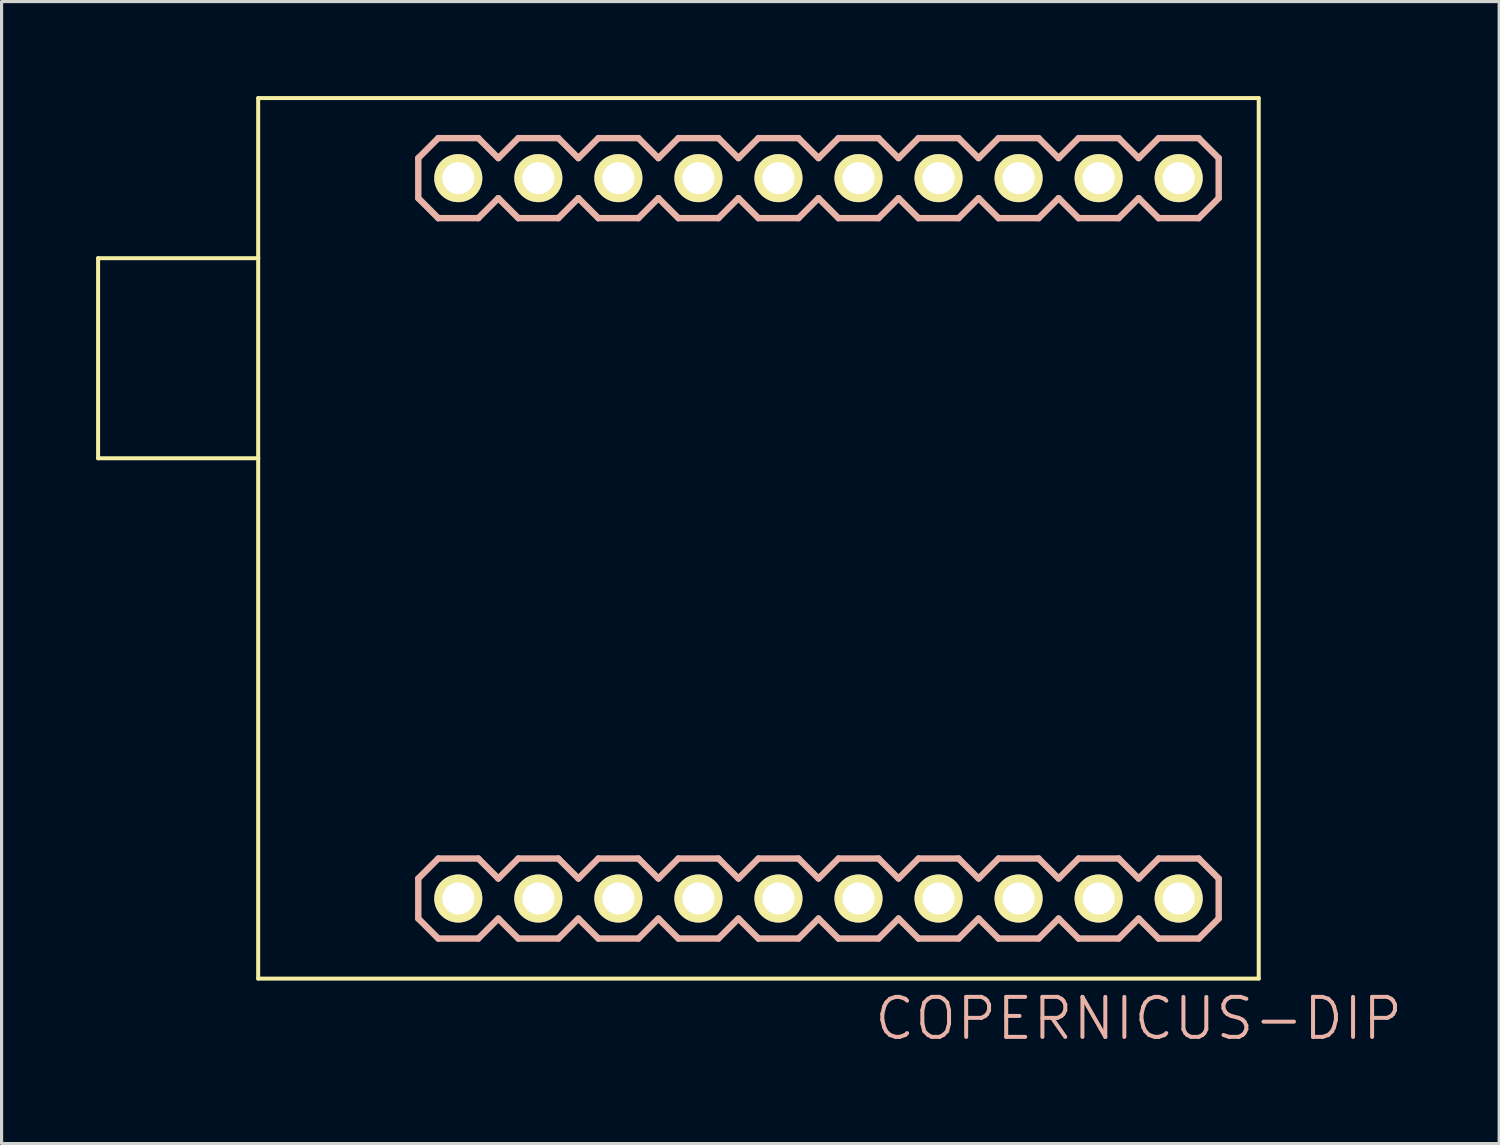
<source format=kicad_pcb>
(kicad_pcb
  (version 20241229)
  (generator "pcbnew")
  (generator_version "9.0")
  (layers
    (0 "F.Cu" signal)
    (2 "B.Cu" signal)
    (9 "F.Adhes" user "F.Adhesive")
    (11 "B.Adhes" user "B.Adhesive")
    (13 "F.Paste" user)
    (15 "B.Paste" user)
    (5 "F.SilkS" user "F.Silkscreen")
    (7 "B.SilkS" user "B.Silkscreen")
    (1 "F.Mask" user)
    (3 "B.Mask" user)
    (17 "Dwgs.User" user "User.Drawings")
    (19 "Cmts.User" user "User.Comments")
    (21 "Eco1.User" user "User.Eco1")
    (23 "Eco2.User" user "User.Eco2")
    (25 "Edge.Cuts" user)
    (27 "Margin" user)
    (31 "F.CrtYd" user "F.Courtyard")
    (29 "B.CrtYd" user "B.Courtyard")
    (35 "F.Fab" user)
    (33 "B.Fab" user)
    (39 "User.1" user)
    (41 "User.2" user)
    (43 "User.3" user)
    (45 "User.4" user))
  (footprint "COPERNICUS-DIP"
    (layer "F.Cu")
    (at 11.493 25.463)
    (property "Reference" "COPERNICUS-DIP" (at 21.59 3.81 0) (layer "B.SilkS") (effects (font (size 1.27 1.27) (thickness 0.127))))
    (attr exclude_from_pos_files exclude_from_bom)
    (fp_line (start -11.43 -20.32) (end -11.43 -13.97) (stroke (width 0.127) (type solid)) (layer "F.SilkS"))
    (fp_line (start -11.43 -13.97) (end -6.35 -13.97) (stroke (width 0.127) (type solid)) (layer "F.SilkS"))
    (fp_line (start -6.35 -25.4) (end -6.35 -20.32) (stroke (width 0.127) (type solid)) (layer "F.SilkS"))
    (fp_line (start -6.35 -20.32) (end -11.43 -20.32) (stroke (width 0.127) (type solid)) (layer "F.SilkS"))
    (fp_line (start -6.35 -20.32) (end -6.35 -13.97) (stroke (width 0.127) (type solid)) (layer "F.SilkS"))
    (fp_line (start -6.35 -13.97) (end -6.35 2.54) (stroke (width 0.127) (type solid)) (layer "F.SilkS"))
    (fp_line (start -6.35 2.54) (end 25.4 2.54) (stroke (width 0.127) (type solid)) (layer "F.SilkS"))
    (fp_line (start -0.254 -23.114) (end 0.254 -23.114) (stroke (width 0.066) (type solid)) (layer "F.SilkS"))
    (fp_line (start -0.254 -22.606) (end -0.254 -23.114) (stroke (width 0.066) (type solid)) (layer "F.SilkS"))
    (fp_line (start -0.254 -22.606) (end 0.254 -22.606) (stroke (width 0.066) (type solid)) (layer "F.SilkS"))
    (fp_line (start -0.254 -0.254) (end 0.254 -0.254) (stroke (width 0.066) (type solid)) (layer "F.SilkS"))
    (fp_line (start -0.254 0.254) (end -0.254 -0.254) (stroke (width 0.066) (type solid)) (layer "F.SilkS"))
    (fp_line (start -0.254 0.254) (end 0.254 0.254) (stroke (width 0.066) (type solid)) (layer "F.SilkS"))
    (fp_line (start 0.254 -22.606) (end 0.254 -23.114) (stroke (width 0.066) (type solid)) (layer "F.SilkS"))
    (fp_line (start 0.254 0.254) (end 0.254 -0.254) (stroke (width 0.066) (type solid)) (layer "F.SilkS"))
    (fp_line (start 2.286 -23.114) (end 2.794 -23.114) (stroke (width 0.066) (type solid)) (layer "F.SilkS"))
    (fp_line (start 2.286 -22.606) (end 2.286 -23.114) (stroke (width 0.066) (type solid)) (layer "F.SilkS"))
    (fp_line (start 2.286 -22.606) (end 2.794 -22.606) (stroke (width 0.066) (type solid)) (layer "F.SilkS"))
    (fp_line (start 2.286 -0.254) (end 2.794 -0.254) (stroke (width 0.066) (type solid)) (layer "F.SilkS"))
    (fp_line (start 2.286 0.254) (end 2.286 -0.254) (stroke (width 0.066) (type solid)) (layer "F.SilkS"))
    (fp_line (start 2.286 0.254) (end 2.794 0.254) (stroke (width 0.066) (type solid)) (layer "F.SilkS"))
    (fp_line (start 2.794 -22.606) (end 2.794 -23.114) (stroke (width 0.066) (type solid)) (layer "F.SilkS"))
    (fp_line (start 2.794 0.254) (end 2.794 -0.254) (stroke (width 0.066) (type solid)) (layer "F.SilkS"))
    (fp_line (start 4.826 -23.114) (end 5.334 -23.114) (stroke (width 0.066) (type solid)) (layer "F.SilkS"))
    (fp_line (start 4.826 -22.606) (end 4.826 -23.114) (stroke (width 0.066) (type solid)) (layer "F.SilkS"))
    (fp_line (start 4.826 -22.606) (end 5.334 -22.606) (stroke (width 0.066) (type solid)) (layer "F.SilkS"))
    (fp_line (start 4.826 -0.254) (end 5.334 -0.254) (stroke (width 0.066) (type solid)) (layer "F.SilkS"))
    (fp_line (start 4.826 0.254) (end 4.826 -0.254) (stroke (width 0.066) (type solid)) (layer "F.SilkS"))
    (fp_line (start 4.826 0.254) (end 5.334 0.254) (stroke (width 0.066) (type solid)) (layer "F.SilkS"))
    (fp_line (start 5.334 -22.606) (end 5.334 -23.114) (stroke (width 0.066) (type solid)) (layer "F.SilkS"))
    (fp_line (start 5.334 0.254) (end 5.334 -0.254) (stroke (width 0.066) (type solid)) (layer "F.SilkS"))
    (fp_line (start 7.366 -23.114) (end 7.874 -23.114) (stroke (width 0.066) (type solid)) (layer "F.SilkS"))
    (fp_line (start 7.366 -22.606) (end 7.366 -23.114) (stroke (width 0.066) (type solid)) (layer "F.SilkS"))
    (fp_line (start 7.366 -22.606) (end 7.874 -22.606) (stroke (width 0.066) (type solid)) (layer "F.SilkS"))
    (fp_line (start 7.366 -0.254) (end 7.874 -0.254) (stroke (width 0.066) (type solid)) (layer "F.SilkS"))
    (fp_line (start 7.366 0.254) (end 7.366 -0.254) (stroke (width 0.066) (type solid)) (layer "F.SilkS"))
    (fp_line (start 7.366 0.254) (end 7.874 0.254) (stroke (width 0.066) (type solid)) (layer "F.SilkS"))
    (fp_line (start 7.874 -22.606) (end 7.874 -23.114) (stroke (width 0.066) (type solid)) (layer "F.SilkS"))
    (fp_line (start 7.874 0.254) (end 7.874 -0.254) (stroke (width 0.066) (type solid)) (layer "F.SilkS"))
    (fp_line (start 9.906 -23.114) (end 10.414 -23.114) (stroke (width 0.066) (type solid)) (layer "F.SilkS"))
    (fp_line (start 9.906 -22.606) (end 9.906 -23.114) (stroke (width 0.066) (type solid)) (layer "F.SilkS"))
    (fp_line (start 9.906 -22.606) (end 10.414 -22.606) (stroke (width 0.066) (type solid)) (layer "F.SilkS"))
    (fp_line (start 9.906 -0.254) (end 10.414 -0.254) (stroke (width 0.066) (type solid)) (layer "F.SilkS"))
    (fp_line (start 9.906 0.254) (end 9.906 -0.254) (stroke (width 0.066) (type solid)) (layer "F.SilkS"))
    (fp_line (start 9.906 0.254) (end 10.414 0.254) (stroke (width 0.066) (type solid)) (layer "F.SilkS"))
    (fp_line (start 10.414 -22.606) (end 10.414 -23.114) (stroke (width 0.066) (type solid)) (layer "F.SilkS"))
    (fp_line (start 10.414 0.254) (end 10.414 -0.254) (stroke (width 0.066) (type solid)) (layer "F.SilkS"))
    (fp_line (start 12.446 -23.114) (end 12.954 -23.114) (stroke (width 0.066) (type solid)) (layer "F.SilkS"))
    (fp_line (start 12.446 -22.606) (end 12.446 -23.114) (stroke (width 0.066) (type solid)) (layer "F.SilkS"))
    (fp_line (start 12.446 -22.606) (end 12.954 -22.606) (stroke (width 0.066) (type solid)) (layer "F.SilkS"))
    (fp_line (start 12.446 -0.254) (end 12.954 -0.254) (stroke (width 0.066) (type solid)) (layer "F.SilkS"))
    (fp_line (start 12.446 0.254) (end 12.446 -0.254) (stroke (width 0.066) (type solid)) (layer "F.SilkS"))
    (fp_line (start 12.446 0.254) (end 12.954 0.254) (stroke (width 0.066) (type solid)) (layer "F.SilkS"))
    (fp_line (start 12.954 -22.606) (end 12.954 -23.114) (stroke (width 0.066) (type solid)) (layer "F.SilkS"))
    (fp_line (start 12.954 0.254) (end 12.954 -0.254) (stroke (width 0.066) (type solid)) (layer "F.SilkS"))
    (fp_line (start 14.986 -23.114) (end 15.494 -23.114) (stroke (width 0.066) (type solid)) (layer "F.SilkS"))
    (fp_line (start 14.986 -22.606) (end 14.986 -23.114) (stroke (width 0.066) (type solid)) (layer "F.SilkS"))
    (fp_line (start 14.986 -22.606) (end 15.494 -22.606) (stroke (width 0.066) (type solid)) (layer "F.SilkS"))
    (fp_line (start 14.986 -0.254) (end 15.494 -0.254) (stroke (width 0.066) (type solid)) (layer "F.SilkS"))
    (fp_line (start 14.986 0.254) (end 14.986 -0.254) (stroke (width 0.066) (type solid)) (layer "F.SilkS"))
    (fp_line (start 14.986 0.254) (end 15.494 0.254) (stroke (width 0.066) (type solid)) (layer "F.SilkS"))
    (fp_line (start 15.494 -22.606) (end 15.494 -23.114) (stroke (width 0.066) (type solid)) (layer "F.SilkS"))
    (fp_line (start 15.494 0.254) (end 15.494 -0.254) (stroke (width 0.066) (type solid)) (layer "F.SilkS"))
    (fp_line (start 17.523 -23.114) (end 18.034 -23.114) (stroke (width 0.066) (type solid)) (layer "F.SilkS"))
    (fp_line (start 17.523 -22.606) (end 17.523 -23.114) (stroke (width 0.066) (type solid)) (layer "F.SilkS"))
    (fp_line (start 17.523 -22.606) (end 18.034 -22.606) (stroke (width 0.066) (type solid)) (layer "F.SilkS"))
    (fp_line (start 17.523 -0.254) (end 18.034 -0.254) (stroke (width 0.066) (type solid)) (layer "F.SilkS"))
    (fp_line (start 17.523 0.254) (end 17.523 -0.254) (stroke (width 0.066) (type solid)) (layer "F.SilkS"))
    (fp_line (start 17.523 0.254) (end 18.034 0.254) (stroke (width 0.066) (type solid)) (layer "F.SilkS"))
    (fp_line (start 18.034 -22.606) (end 18.034 -23.114) (stroke (width 0.066) (type solid)) (layer "F.SilkS"))
    (fp_line (start 18.034 0.254) (end 18.034 -0.254) (stroke (width 0.066) (type solid)) (layer "F.SilkS"))
    (fp_line (start 20.066 -23.114) (end 20.574 -23.114) (stroke (width 0.066) (type solid)) (layer "F.SilkS"))
    (fp_line (start 20.066 -22.606) (end 20.066 -23.114) (stroke (width 0.066) (type solid)) (layer "F.SilkS"))
    (fp_line (start 20.066 -22.606) (end 20.574 -22.606) (stroke (width 0.066) (type solid)) (layer "F.SilkS"))
    (fp_line (start 20.066 -0.254) (end 20.574 -0.254) (stroke (width 0.066) (type solid)) (layer "F.SilkS"))
    (fp_line (start 20.066 0.254) (end 20.066 -0.254) (stroke (width 0.066) (type solid)) (layer "F.SilkS"))
    (fp_line (start 20.066 0.254) (end 20.574 0.254) (stroke (width 0.066) (type solid)) (layer "F.SilkS"))
    (fp_line (start 20.574 -22.606) (end 20.574 -23.114) (stroke (width 0.066) (type solid)) (layer "F.SilkS"))
    (fp_line (start 20.574 0.254) (end 20.574 -0.254) (stroke (width 0.066) (type solid)) (layer "F.SilkS"))
    (fp_line (start 22.606 -23.114) (end 23.114 -23.114) (stroke (width 0.066) (type solid)) (layer "F.SilkS"))
    (fp_line (start 22.606 -22.606) (end 22.606 -23.114) (stroke (width 0.066) (type solid)) (layer "F.SilkS"))
    (fp_line (start 22.606 -22.606) (end 23.114 -22.606) (stroke (width 0.066) (type solid)) (layer "F.SilkS"))
    (fp_line (start 22.606 -0.254) (end 23.114 -0.254) (stroke (width 0.066) (type solid)) (layer "F.SilkS"))
    (fp_line (start 22.606 0.254) (end 22.606 -0.254) (stroke (width 0.066) (type solid)) (layer "F.SilkS"))
    (fp_line (start 22.606 0.254) (end 23.114 0.254) (stroke (width 0.066) (type solid)) (layer "F.SilkS"))
    (fp_line (start 23.114 -22.606) (end 23.114 -23.114) (stroke (width 0.066) (type solid)) (layer "F.SilkS"))
    (fp_line (start 23.114 0.254) (end 23.114 -0.254) (stroke (width 0.066) (type solid)) (layer "F.SilkS"))
    (fp_line (start 25.4 -25.4) (end -6.35 -25.4) (stroke (width 0.127) (type solid)) (layer "F.SilkS"))
    (fp_line (start 25.4 2.54) (end 25.4 -25.4) (stroke (width 0.127) (type solid)) (layer "F.SilkS"))
    (fp_line (start -1.27 -23.495) (end -1.27 -22.225) (stroke (width 0.203) (type solid)) (layer "B.SilkS"))
    (fp_line (start -1.27 -22.225) (end -0.635 -21.59) (stroke (width 0.203) (type solid)) (layer "B.SilkS"))
    (fp_line (start -1.27 -0.635) (end -1.27 0.635) (stroke (width 0.203) (type solid)) (layer "B.SilkS"))
    (fp_line (start -1.27 0.635) (end -0.635 1.27) (stroke (width 0.203) (type solid)) (layer "B.SilkS"))
    (fp_line (start -0.635 -24.13) (end -1.27 -23.495) (stroke (width 0.203) (type solid)) (layer "B.SilkS"))
    (fp_line (start -0.635 -24.13) (end 0.635 -24.13) (stroke (width 0.203) (type solid)) (layer "B.SilkS"))
    (fp_line (start -0.635 -1.27) (end -1.27 -0.635) (stroke (width 0.203) (type solid)) (layer "B.SilkS"))
    (fp_line (start -0.635 -1.27) (end 0.635 -1.27) (stroke (width 0.203) (type solid)) (layer "B.SilkS"))
    (fp_line (start 0.635 -24.13) (end 1.27 -23.495) (stroke (width 0.203) (type solid)) (layer "B.SilkS"))
    (fp_line (start 0.635 -21.59) (end -0.635 -21.59) (stroke (width 0.203) (type solid)) (layer "B.SilkS"))
    (fp_line (start 0.635 -1.27) (end 1.27 -0.635) (stroke (width 0.203) (type solid)) (layer "B.SilkS"))
    (fp_line (start 0.635 1.27) (end -0.635 1.27) (stroke (width 0.203) (type solid)) (layer "B.SilkS"))
    (fp_line (start 1.27 -23.495) (end 1.905 -24.13) (stroke (width 0.203) (type solid)) (layer "B.SilkS"))
    (fp_line (start 1.27 -22.225) (end 0.635 -21.59) (stroke (width 0.203) (type solid)) (layer "B.SilkS"))
    (fp_line (start 1.27 -0.635) (end 1.905 -1.27) (stroke (width 0.203) (type solid)) (layer "B.SilkS"))
    (fp_line (start 1.27 0.635) (end 0.635 1.27) (stroke (width 0.203) (type solid)) (layer "B.SilkS"))
    (fp_line (start 1.905 -24.13) (end 3.175 -24.13) (stroke (width 0.203) (type solid)) (layer "B.SilkS"))
    (fp_line (start 1.905 -21.59) (end 1.27 -22.225) (stroke (width 0.203) (type solid)) (layer "B.SilkS"))
    (fp_line (start 1.905 -1.27) (end 3.175 -1.27) (stroke (width 0.203) (type solid)) (layer "B.SilkS"))
    (fp_line (start 1.905 1.27) (end 1.27 0.635) (stroke (width 0.203) (type solid)) (layer "B.SilkS"))
    (fp_line (start 3.175 -24.13) (end 3.81 -23.495) (stroke (width 0.203) (type solid)) (layer "B.SilkS"))
    (fp_line (start 3.175 -21.59) (end 1.905 -21.59) (stroke (width 0.203) (type solid)) (layer "B.SilkS"))
    (fp_line (start 3.175 -1.27) (end 3.81 -0.635) (stroke (width 0.203) (type solid)) (layer "B.SilkS"))
    (fp_line (start 3.175 1.27) (end 1.905 1.27) (stroke (width 0.203) (type solid)) (layer "B.SilkS"))
    (fp_line (start 3.81 -23.495) (end 4.445 -24.13) (stroke (width 0.203) (type solid)) (layer "B.SilkS"))
    (fp_line (start 3.81 -22.225) (end 3.175 -21.59) (stroke (width 0.203) (type solid)) (layer "B.SilkS"))
    (fp_line (start 3.81 -0.635) (end 4.445 -1.27) (stroke (width 0.203) (type solid)) (layer "B.SilkS"))
    (fp_line (start 3.81 0.635) (end 3.175 1.27) (stroke (width 0.203) (type solid)) (layer "B.SilkS"))
    (fp_line (start 4.445 -24.13) (end 5.715 -24.13) (stroke (width 0.203) (type solid)) (layer "B.SilkS"))
    (fp_line (start 4.445 -21.59) (end 3.81 -22.225) (stroke (width 0.203) (type solid)) (layer "B.SilkS"))
    (fp_line (start 4.445 -1.27) (end 5.715 -1.27) (stroke (width 0.203) (type solid)) (layer "B.SilkS"))
    (fp_line (start 4.445 1.27) (end 3.81 0.635) (stroke (width 0.203) (type solid)) (layer "B.SilkS"))
    (fp_line (start 5.715 -24.13) (end 6.35 -23.495) (stroke (width 0.203) (type solid)) (layer "B.SilkS"))
    (fp_line (start 5.715 -21.59) (end 4.445 -21.59) (stroke (width 0.203) (type solid)) (layer "B.SilkS"))
    (fp_line (start 5.715 -1.27) (end 6.35 -0.635) (stroke (width 0.203) (type solid)) (layer "B.SilkS"))
    (fp_line (start 5.715 1.27) (end 4.445 1.27) (stroke (width 0.203) (type solid)) (layer "B.SilkS"))
    (fp_line (start 6.35 -22.225) (end 5.715 -21.59) (stroke (width 0.203) (type solid)) (layer "B.SilkS"))
    (fp_line (start 6.35 -22.225) (end 6.985 -21.59) (stroke (width 0.203) (type solid)) (layer "B.SilkS"))
    (fp_line (start 6.35 0.635) (end 5.715 1.27) (stroke (width 0.203) (type solid)) (layer "B.SilkS"))
    (fp_line (start 6.35 0.635) (end 6.985 1.27) (stroke (width 0.203) (type solid)) (layer "B.SilkS"))
    (fp_line (start 6.985 -24.13) (end 6.35 -23.495) (stroke (width 0.203) (type solid)) (layer "B.SilkS"))
    (fp_line (start 6.985 -24.13) (end 8.255 -24.13) (stroke (width 0.203) (type solid)) (layer "B.SilkS"))
    (fp_line (start 6.985 -1.27) (end 6.35 -0.635) (stroke (width 0.203) (type solid)) (layer "B.SilkS"))
    (fp_line (start 6.985 -1.27) (end 8.255 -1.27) (stroke (width 0.203) (type solid)) (layer "B.SilkS"))
    (fp_line (start 8.255 -24.13) (end 8.89 -23.495) (stroke (width 0.203) (type solid)) (layer "B.SilkS"))
    (fp_line (start 8.255 -21.59) (end 6.985 -21.59) (stroke (width 0.203) (type solid)) (layer "B.SilkS"))
    (fp_line (start 8.255 -1.27) (end 8.89 -0.635) (stroke (width 0.203) (type solid)) (layer "B.SilkS"))
    (fp_line (start 8.255 1.27) (end 6.985 1.27) (stroke (width 0.203) (type solid)) (layer "B.SilkS"))
    (fp_line (start 8.89 -23.495) (end 9.525 -24.13) (stroke (width 0.203) (type solid)) (layer "B.SilkS"))
    (fp_line (start 8.89 -22.225) (end 8.255 -21.59) (stroke (width 0.203) (type solid)) (layer "B.SilkS"))
    (fp_line (start 8.89 -0.635) (end 9.525 -1.27) (stroke (width 0.203) (type solid)) (layer "B.SilkS"))
    (fp_line (start 8.89 0.635) (end 8.255 1.27) (stroke (width 0.203) (type solid)) (layer "B.SilkS"))
    (fp_line (start 9.525 -24.13) (end 10.795 -24.13) (stroke (width 0.203) (type solid)) (layer "B.SilkS"))
    (fp_line (start 9.525 -21.59) (end 8.89 -22.225) (stroke (width 0.203) (type solid)) (layer "B.SilkS"))
    (fp_line (start 9.525 -1.27) (end 10.795 -1.27) (stroke (width 0.203) (type solid)) (layer "B.SilkS"))
    (fp_line (start 9.525 1.27) (end 8.89 0.635) (stroke (width 0.203) (type solid)) (layer "B.SilkS"))
    (fp_line (start 10.795 -24.13) (end 11.43 -23.495) (stroke (width 0.203) (type solid)) (layer "B.SilkS"))
    (fp_line (start 10.795 -21.59) (end 9.525 -21.59) (stroke (width 0.203) (type solid)) (layer "B.SilkS"))
    (fp_line (start 10.795 -1.27) (end 11.43 -0.635) (stroke (width 0.203) (type solid)) (layer "B.SilkS"))
    (fp_line (start 10.795 1.27) (end 9.525 1.27) (stroke (width 0.203) (type solid)) (layer "B.SilkS"))
    (fp_line (start 11.43 -23.495) (end 12.065 -24.13) (stroke (width 0.203) (type solid)) (layer "B.SilkS"))
    (fp_line (start 11.43 -22.225) (end 10.795 -21.59) (stroke (width 0.203) (type solid)) (layer "B.SilkS"))
    (fp_line (start 11.43 -0.635) (end 12.065 -1.27) (stroke (width 0.203) (type solid)) (layer "B.SilkS"))
    (fp_line (start 11.43 0.635) (end 10.795 1.27) (stroke (width 0.203) (type solid)) (layer "B.SilkS"))
    (fp_line (start 12.065 -24.13) (end 13.335 -24.13) (stroke (width 0.203) (type solid)) (layer "B.SilkS"))
    (fp_line (start 12.065 -21.59) (end 11.43 -22.225) (stroke (width 0.203) (type solid)) (layer "B.SilkS"))
    (fp_line (start 12.065 -1.27) (end 13.335 -1.27) (stroke (width 0.203) (type solid)) (layer "B.SilkS"))
    (fp_line (start 12.065 1.27) (end 11.43 0.635) (stroke (width 0.203) (type solid)) (layer "B.SilkS"))
    (fp_line (start 13.335 -24.13) (end 13.97 -23.495) (stroke (width 0.203) (type solid)) (layer "B.SilkS"))
    (fp_line (start 13.335 -21.59) (end 12.065 -21.59) (stroke (width 0.203) (type solid)) (layer "B.SilkS"))
    (fp_line (start 13.335 -1.27) (end 13.97 -0.635) (stroke (width 0.203) (type solid)) (layer "B.SilkS"))
    (fp_line (start 13.335 1.27) (end 12.065 1.27) (stroke (width 0.203) (type solid)) (layer "B.SilkS"))
    (fp_line (start 13.97 -22.225) (end 13.335 -21.59) (stroke (width 0.203) (type solid)) (layer "B.SilkS"))
    (fp_line (start 13.97 -22.225) (end 14.605 -21.59) (stroke (width 0.203) (type solid)) (layer "B.SilkS"))
    (fp_line (start 13.97 0.635) (end 13.335 1.27) (stroke (width 0.203) (type solid)) (layer "B.SilkS"))
    (fp_line (start 13.97 0.635) (end 14.605 1.27) (stroke (width 0.203) (type solid)) (layer "B.SilkS"))
    (fp_line (start 14.605 -24.13) (end 13.97 -23.495) (stroke (width 0.203) (type solid)) (layer "B.SilkS"))
    (fp_line (start 14.605 -24.13) (end 15.875 -24.13) (stroke (width 0.203) (type solid)) (layer "B.SilkS"))
    (fp_line (start 14.605 -1.27) (end 13.97 -0.635) (stroke (width 0.203) (type solid)) (layer "B.SilkS"))
    (fp_line (start 14.605 -1.27) (end 15.875 -1.27) (stroke (width 0.203) (type solid)) (layer "B.SilkS"))
    (fp_line (start 15.875 -24.13) (end 16.51 -23.495) (stroke (width 0.203) (type solid)) (layer "B.SilkS"))
    (fp_line (start 15.875 -21.59) (end 14.605 -21.59) (stroke (width 0.203) (type solid)) (layer "B.SilkS"))
    (fp_line (start 15.875 -1.27) (end 16.51 -0.635) (stroke (width 0.203) (type solid)) (layer "B.SilkS"))
    (fp_line (start 15.875 1.27) (end 14.605 1.27) (stroke (width 0.203) (type solid)) (layer "B.SilkS"))
    (fp_line (start 16.51 -22.225) (end 15.875 -21.59) (stroke (width 0.203) (type solid)) (layer "B.SilkS"))
    (fp_line (start 16.51 -22.225) (end 17.145 -21.59) (stroke (width 0.203) (type solid)) (layer "B.SilkS"))
    (fp_line (start 16.51 0.635) (end 15.875 1.27) (stroke (width 0.203) (type solid)) (layer "B.SilkS"))
    (fp_line (start 16.51 0.635) (end 17.145 1.27) (stroke (width 0.203) (type solid)) (layer "B.SilkS"))
    (fp_line (start 17.145 -24.13) (end 16.51 -23.495) (stroke (width 0.203) (type solid)) (layer "B.SilkS"))
    (fp_line (start 17.145 -24.13) (end 18.415 -24.13) (stroke (width 0.203) (type solid)) (layer "B.SilkS"))
    (fp_line (start 17.145 -1.27) (end 16.51 -0.635) (stroke (width 0.203) (type solid)) (layer "B.SilkS"))
    (fp_line (start 17.145 -1.27) (end 18.415 -1.27) (stroke (width 0.203) (type solid)) (layer "B.SilkS"))
    (fp_line (start 18.415 -24.13) (end 19.05 -23.495) (stroke (width 0.203) (type solid)) (layer "B.SilkS"))
    (fp_line (start 18.415 -21.59) (end 17.145 -21.59) (stroke (width 0.203) (type solid)) (layer "B.SilkS"))
    (fp_line (start 18.415 -1.27) (end 19.05 -0.635) (stroke (width 0.203) (type solid)) (layer "B.SilkS"))
    (fp_line (start 18.415 1.27) (end 17.145 1.27) (stroke (width 0.203) (type solid)) (layer "B.SilkS"))
    (fp_line (start 19.05 -23.495) (end 19.685 -24.13) (stroke (width 0.203) (type solid)) (layer "B.SilkS"))
    (fp_line (start 19.05 -22.225) (end 18.415 -21.59) (stroke (width 0.203) (type solid)) (layer "B.SilkS"))
    (fp_line (start 19.05 -0.635) (end 19.685 -1.27) (stroke (width 0.203) (type solid)) (layer "B.SilkS"))
    (fp_line (start 19.05 0.635) (end 18.415 1.27) (stroke (width 0.203) (type solid)) (layer "B.SilkS"))
    (fp_line (start 19.685 -24.13) (end 20.955 -24.13) (stroke (width 0.203) (type solid)) (layer "B.SilkS"))
    (fp_line (start 19.685 -21.59) (end 19.05 -22.225) (stroke (width 0.203) (type solid)) (layer "B.SilkS"))
    (fp_line (start 19.685 -1.27) (end 20.955 -1.27) (stroke (width 0.203) (type solid)) (layer "B.SilkS"))
    (fp_line (start 19.685 1.27) (end 19.05 0.635) (stroke (width 0.203) (type solid)) (layer "B.SilkS"))
    (fp_line (start 20.955 -24.13) (end 21.59 -23.495) (stroke (width 0.203) (type solid)) (layer "B.SilkS"))
    (fp_line (start 20.955 -21.59) (end 19.685 -21.59) (stroke (width 0.203) (type solid)) (layer "B.SilkS"))
    (fp_line (start 20.955 -1.27) (end 21.59 -0.635) (stroke (width 0.203) (type solid)) (layer "B.SilkS"))
    (fp_line (start 20.955 1.27) (end 19.685 1.27) (stroke (width 0.203) (type solid)) (layer "B.SilkS"))
    (fp_line (start 21.59 -23.495) (end 22.225 -24.13) (stroke (width 0.203) (type solid)) (layer "B.SilkS"))
    (fp_line (start 21.59 -22.225) (end 20.955 -21.59) (stroke (width 0.203) (type solid)) (layer "B.SilkS"))
    (fp_line (start 21.59 -0.635) (end 22.225 -1.27) (stroke (width 0.203) (type solid)) (layer "B.SilkS"))
    (fp_line (start 21.59 0.635) (end 20.955 1.27) (stroke (width 0.203) (type solid)) (layer "B.SilkS"))
    (fp_line (start 22.225 -24.13) (end 23.495 -24.13) (stroke (width 0.203) (type solid)) (layer "B.SilkS"))
    (fp_line (start 22.225 -21.59) (end 21.59 -22.225) (stroke (width 0.203) (type solid)) (layer "B.SilkS"))
    (fp_line (start 22.225 -1.27) (end 23.495 -1.27) (stroke (width 0.203) (type solid)) (layer "B.SilkS"))
    (fp_line (start 22.225 1.27) (end 21.59 0.635) (stroke (width 0.203) (type solid)) (layer "B.SilkS"))
    (fp_line (start 23.495 -24.13) (end 24.13 -23.495) (stroke (width 0.203) (type solid)) (layer "B.SilkS"))
    (fp_line (start 23.495 -21.59) (end 22.225 -21.59) (stroke (width 0.203) (type solid)) (layer "B.SilkS"))
    (fp_line (start 23.495 -1.27) (end 24.13 -0.635) (stroke (width 0.203) (type solid)) (layer "B.SilkS"))
    (fp_line (start 23.495 1.27) (end 22.225 1.27) (stroke (width 0.203) (type solid)) (layer "B.SilkS"))
    (fp_line (start 24.13 -23.495) (end 24.13 -22.225) (stroke (width 0.203) (type solid)) (layer "B.SilkS"))
    (fp_line (start 24.13 -22.225) (end 23.495 -21.59) (stroke (width 0.203) (type solid)) (layer "B.SilkS"))
    (fp_line (start 24.13 -0.635) (end 24.13 0.635) (stroke (width 0.203) (type solid)) (layer "B.SilkS"))
    (fp_line (start 24.13 0.635) (end 23.495 1.27) (stroke (width 0.203) (type solid)) (layer "B.SilkS"))
    (pad "1" thru_hole circle (at 0 0) (size 1.524 1.524) (drill 1.016) (layers "*.Cu" "F.Mask" "F.SilkS" "F.Paste"))
    (pad "2" thru_hole circle (at 2.54 0) (size 1.524 1.524) (drill 1.016) (layers "*.Cu" "F.Mask" "F.SilkS" "F.Paste"))
    (pad "3" thru_hole circle (at 5.08 0) (size 1.524 1.524) (drill 1.016) (layers "*.Cu" "F.Mask" "F.SilkS" "F.Paste"))
    (pad "4" thru_hole circle (at 7.62 0) (size 1.524 1.524) (drill 1.016) (layers "*.Cu" "F.Mask" "F.SilkS" "F.Paste"))
    (pad "5" thru_hole circle (at 10.16 0) (size 1.524 1.524) (drill 1.016) (layers "*.Cu" "F.Mask" "F.SilkS" "F.Paste"))
    (pad "6" thru_hole circle (at 12.7 0) (size 1.524 1.524) (drill 1.016) (layers "*.Cu" "F.Mask" "F.SilkS" "F.Paste"))
    (pad "7" thru_hole circle (at 15.24 0) (size 1.524 1.524) (drill 1.016) (layers "*.Cu" "F.Mask" "F.SilkS" "F.Paste"))
    (pad "8" thru_hole circle (at 17.78 0) (size 1.524 1.524) (drill 1.016) (layers "*.Cu" "F.Mask" "F.SilkS" "F.Paste"))
    (pad "9" thru_hole circle (at 20.32 0) (size 1.524 1.524) (drill 1.016) (layers "*.Cu" "F.Mask" "F.SilkS" "F.Paste"))
    (pad "10" thru_hole circle (at 22.86 0) (size 1.524 1.524) (drill 1.016) (layers "*.Cu" "F.Mask" "F.SilkS" "F.Paste"))
    (pad "11" thru_hole circle (at 22.86 -22.86) (size 1.524 1.524) (drill 1.016) (layers "*.Cu" "F.Mask" "F.SilkS" "F.Paste"))
    (pad "12" thru_hole circle (at 20.32 -22.86) (size 1.524 1.524) (drill 1.016) (layers "*.Cu" "F.Mask" "F.SilkS" "F.Paste"))
    (pad "13" thru_hole circle (at 17.78 -22.86) (size 1.524 1.524) (drill 1.016) (layers "*.Cu" "F.Mask" "F.SilkS" "F.Paste"))
    (pad "14" thru_hole circle (at 15.24 -22.86) (size 1.524 1.524) (drill 1.016) (layers "*.Cu" "F.Mask" "F.SilkS" "F.Paste"))
    (pad "15" thru_hole circle (at 12.7 -22.86) (size 1.524 1.524) (drill 1.016) (layers "*.Cu" "F.Mask" "F.SilkS" "F.Paste"))
    (pad "16" thru_hole circle (at 10.16 -22.86) (size 1.524 1.524) (drill 1.016) (layers "*.Cu" "F.Mask" "F.SilkS" "F.Paste"))
    (pad "17" thru_hole circle (at 7.62 -22.86) (size 1.524 1.524) (drill 1.016) (layers "*.Cu" "F.Mask" "F.SilkS" "F.Paste"))
    (pad "18" thru_hole circle (at 5.08 -22.86) (size 1.524 1.524) (drill 1.016) (layers "*.Cu" "F.Mask" "F.SilkS" "F.Paste"))
    (pad "19" thru_hole circle (at 2.54 -22.86) (size 1.524 1.524) (drill 1.016) (layers "*.Cu" "F.Mask" "F.SilkS" "F.Paste"))
    (pad "20" thru_hole circle (at 0 -22.86) (size 1.524 1.524) (drill 1.016) (layers "*.Cu" "F.Mask" "F.SilkS" "F.Paste")))
  (gr_rect
    (start -3 -3)
    (end 44.523 33.239)
    (stroke (width 0.1) (type default))
    (fill no)
    (layer "Edge.Cuts")))
</source>
